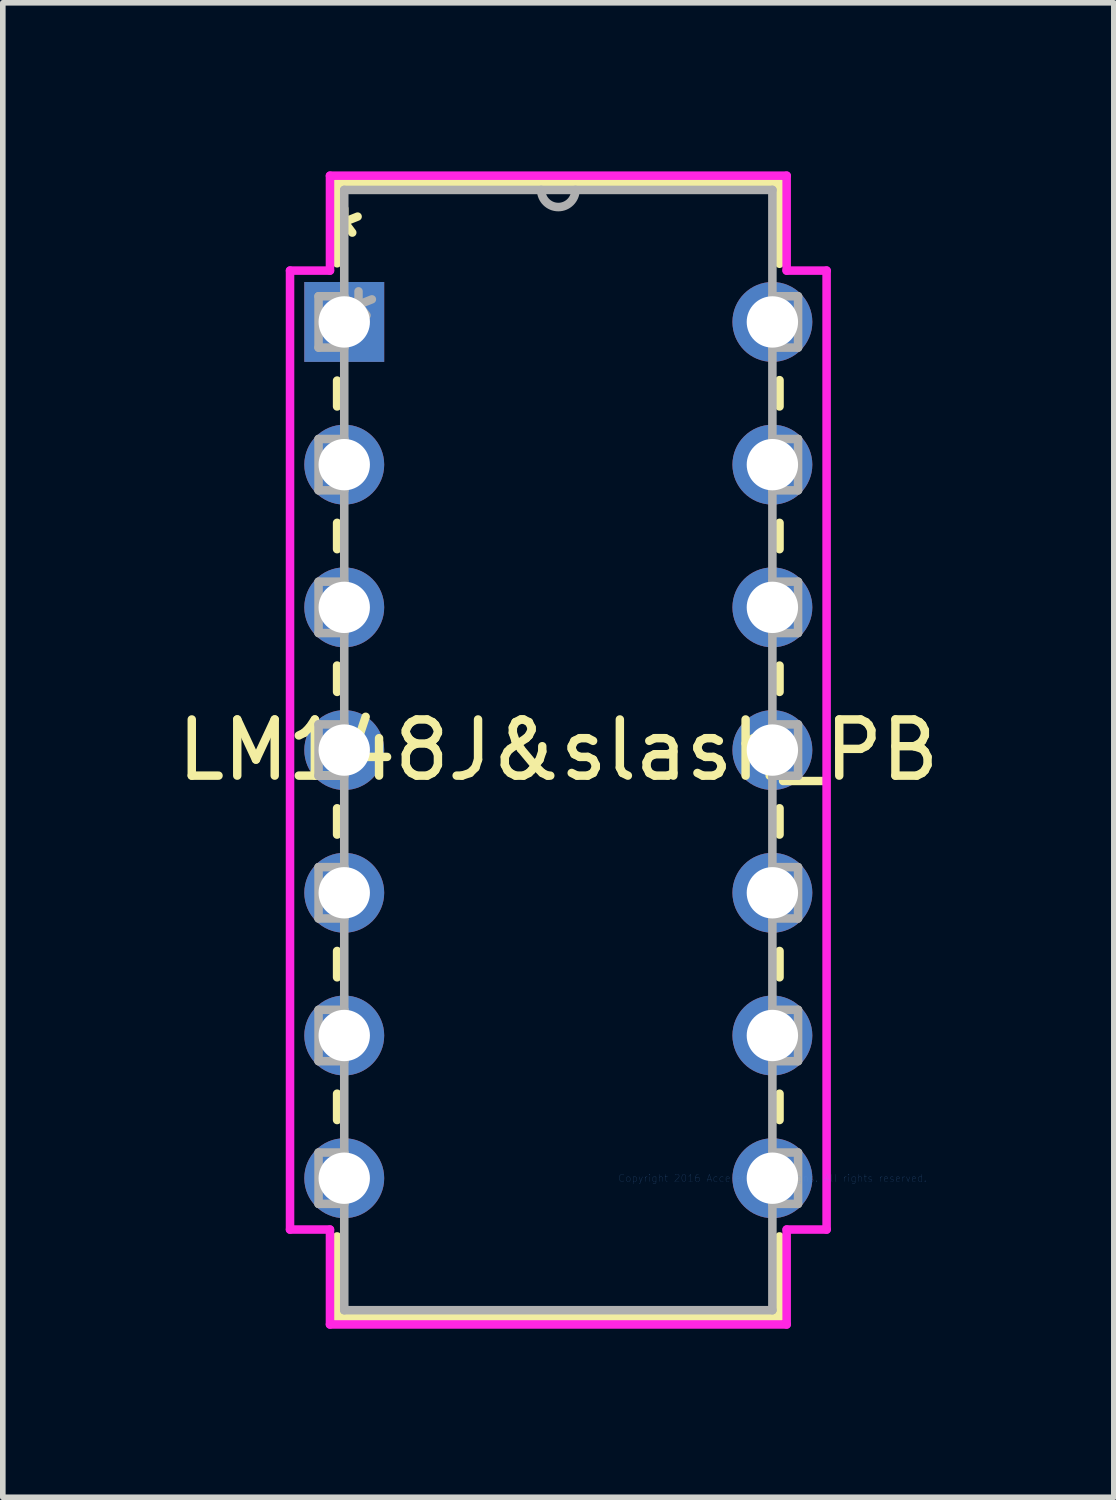
<source format=kicad_pcb>
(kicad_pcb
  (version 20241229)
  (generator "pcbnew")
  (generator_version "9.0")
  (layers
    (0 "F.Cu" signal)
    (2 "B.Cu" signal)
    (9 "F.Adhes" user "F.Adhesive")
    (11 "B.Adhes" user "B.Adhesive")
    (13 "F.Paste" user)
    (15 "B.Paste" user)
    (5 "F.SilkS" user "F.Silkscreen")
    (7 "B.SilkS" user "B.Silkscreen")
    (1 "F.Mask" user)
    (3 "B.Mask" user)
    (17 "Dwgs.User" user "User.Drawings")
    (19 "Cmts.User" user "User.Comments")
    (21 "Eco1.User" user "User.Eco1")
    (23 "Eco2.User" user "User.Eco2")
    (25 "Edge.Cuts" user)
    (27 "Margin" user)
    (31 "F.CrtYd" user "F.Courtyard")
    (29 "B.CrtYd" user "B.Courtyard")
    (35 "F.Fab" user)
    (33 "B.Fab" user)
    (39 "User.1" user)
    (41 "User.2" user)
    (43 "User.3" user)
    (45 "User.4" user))
  (footprint "LM148J&slash_PB"
    (layer "F.Cu")
    (at 10.697 17.92)
    (property "Reference" "LM148J&slash_PB" (at -3.81 -7.62 0) (layer "F.SilkS") (effects (font (size 1 1) (thickness 0.15))))
    (attr through_hole)
    (fp_line (start -7.747 -17.716) (end -7.747 -16.284) (stroke (width 0.152) (type solid)) (layer "F.SilkS"))
    (fp_line (start -7.747 -14.196) (end -7.747 -13.736) (stroke (width 0.152) (type solid)) (layer "F.SilkS"))
    (fp_line (start -7.747 -11.664) (end -7.747 -11.196) (stroke (width 0.152) (type solid)) (layer "F.SilkS"))
    (fp_line (start -7.747 -9.124) (end -7.747 -8.656) (stroke (width 0.152) (type solid)) (layer "F.SilkS"))
    (fp_line (start -7.747 -6.584) (end -7.747 -6.116) (stroke (width 0.152) (type solid)) (layer "F.SilkS"))
    (fp_line (start -7.747 -4.044) (end -7.747 -3.576) (stroke (width 0.152) (type solid)) (layer "F.SilkS"))
    (fp_line (start -7.747 -1.504) (end -7.747 -1.036) (stroke (width 0.152) (type solid)) (layer "F.SilkS"))
    (fp_line (start -7.747 1.036) (end -7.747 2.477) (stroke (width 0.152) (type solid)) (layer "F.SilkS"))
    (fp_line (start -7.747 2.477) (end 0.127 2.477) (stroke (width 0.152) (type solid)) (layer "F.SilkS"))
    (fp_line (start 0.127 -17.716) (end -7.747 -17.716) (stroke (width 0.152) (type solid)) (layer "F.SilkS"))
    (fp_line (start 0.127 -16.276) (end 0.127 -17.716) (stroke (width 0.152) (type solid)) (layer "F.SilkS"))
    (fp_line (start 0.127 -13.736) (end 0.127 -14.204) (stroke (width 0.152) (type solid)) (layer "F.SilkS"))
    (fp_line (start 0.127 -11.196) (end 0.127 -11.664) (stroke (width 0.152) (type solid)) (layer "F.SilkS"))
    (fp_line (start 0.127 -8.656) (end 0.127 -9.124) (stroke (width 0.152) (type solid)) (layer "F.SilkS"))
    (fp_line (start 0.127 -6.116) (end 0.127 -6.584) (stroke (width 0.152) (type solid)) (layer "F.SilkS"))
    (fp_line (start 0.127 -3.576) (end 0.127 -4.044) (stroke (width 0.152) (type solid)) (layer "F.SilkS"))
    (fp_line (start 0.127 -1.036) (end 0.127 -1.504) (stroke (width 0.152) (type solid)) (layer "F.SilkS"))
    (fp_line (start 0.127 2.477) (end 0.127 1.036) (stroke (width 0.152) (type solid)) (layer "F.SilkS"))
    (fp_line (start -8.585 -16.154) (end -8.585 0.914) (stroke (width 0.152) (type solid)) (layer "F.CrtYd"))
    (fp_line (start -8.585 0.914) (end -7.874 0.914) (stroke (width 0.152) (type solid)) (layer "F.CrtYd"))
    (fp_line (start -7.874 -17.843) (end -7.874 -16.154) (stroke (width 0.152) (type solid)) (layer "F.CrtYd"))
    (fp_line (start -7.874 -16.154) (end -8.585 -16.154) (stroke (width 0.152) (type solid)) (layer "F.CrtYd"))
    (fp_line (start -7.874 0.914) (end -7.874 2.603) (stroke (width 0.152) (type solid)) (layer "F.CrtYd"))
    (fp_line (start -7.874 2.603) (end 0.254 2.603) (stroke (width 0.152) (type solid)) (layer "F.CrtYd"))
    (fp_line (start 0.254 -17.843) (end -7.874 -17.843) (stroke (width 0.152) (type solid)) (layer "F.CrtYd"))
    (fp_line (start 0.254 -16.154) (end 0.254 -17.843) (stroke (width 0.152) (type solid)) (layer "F.CrtYd"))
    (fp_line (start 0.254 0.914) (end 0.965 0.914) (stroke (width 0.152) (type solid)) (layer "F.CrtYd"))
    (fp_line (start 0.254 2.603) (end 0.254 0.914) (stroke (width 0.152) (type solid)) (layer "F.CrtYd"))
    (fp_line (start 0.965 -16.154) (end 0.254 -16.154) (stroke (width 0.152) (type solid)) (layer "F.CrtYd"))
    (fp_line (start 0.965 0.914) (end 0.965 -16.154) (stroke (width 0.152) (type solid)) (layer "F.CrtYd"))
    (fp_line (start -8.077 -15.697) (end -8.077 -14.783) (stroke (width 0.152) (type solid)) (layer "F.Fab"))
    (fp_line (start -8.077 -14.783) (end -7.62 -14.783) (stroke (width 0.152) (type solid)) (layer "F.Fab"))
    (fp_line (start -8.077 -13.157) (end -8.077 -12.243) (stroke (width 0.152) (type solid)) (layer "F.Fab"))
    (fp_line (start -8.077 -12.243) (end -7.62 -12.243) (stroke (width 0.152) (type solid)) (layer "F.Fab"))
    (fp_line (start -8.077 -10.617) (end -8.077 -9.703) (stroke (width 0.152) (type solid)) (layer "F.Fab"))
    (fp_line (start -8.077 -9.703) (end -7.62 -9.703) (stroke (width 0.152) (type solid)) (layer "F.Fab"))
    (fp_line (start -8.077 -8.077) (end -8.077 -7.163) (stroke (width 0.152) (type solid)) (layer "F.Fab"))
    (fp_line (start -8.077 -7.163) (end -7.62 -7.163) (stroke (width 0.152) (type solid)) (layer "F.Fab"))
    (fp_line (start -8.077 -5.537) (end -8.077 -4.623) (stroke (width 0.152) (type solid)) (layer "F.Fab"))
    (fp_line (start -8.077 -4.623) (end -7.62 -4.623) (stroke (width 0.152) (type solid)) (layer "F.Fab"))
    (fp_line (start -8.077 -2.997) (end -8.077 -2.083) (stroke (width 0.152) (type solid)) (layer "F.Fab"))
    (fp_line (start -8.077 -2.083) (end -7.62 -2.083) (stroke (width 0.152) (type solid)) (layer "F.Fab"))
    (fp_line (start -8.077 -0.457) (end -8.077 0.457) (stroke (width 0.152) (type solid)) (layer "F.Fab"))
    (fp_line (start -8.077 0.457) (end -7.62 0.457) (stroke (width 0.152) (type solid)) (layer "F.Fab"))
    (fp_line (start -7.62 -17.59) (end -7.62 2.349) (stroke (width 0.152) (type solid)) (layer "F.Fab"))
    (fp_line (start -7.62 -15.697) (end -8.077 -15.697) (stroke (width 0.152) (type solid)) (layer "F.Fab"))
    (fp_line (start -7.62 -14.783) (end -7.62 -15.697) (stroke (width 0.152) (type solid)) (layer "F.Fab"))
    (fp_line (start -7.62 -13.157) (end -8.077 -13.157) (stroke (width 0.152) (type solid)) (layer "F.Fab"))
    (fp_line (start -7.62 -12.243) (end -7.62 -13.157) (stroke (width 0.152) (type solid)) (layer "F.Fab"))
    (fp_line (start -7.62 -10.617) (end -8.077 -10.617) (stroke (width 0.152) (type solid)) (layer "F.Fab"))
    (fp_line (start -7.62 -9.703) (end -7.62 -10.617) (stroke (width 0.152) (type solid)) (layer "F.Fab"))
    (fp_line (start -7.62 -8.077) (end -8.077 -8.077) (stroke (width 0.152) (type solid)) (layer "F.Fab"))
    (fp_line (start -7.62 -7.163) (end -7.62 -8.077) (stroke (width 0.152) (type solid)) (layer "F.Fab"))
    (fp_line (start -7.62 -5.537) (end -8.077 -5.537) (stroke (width 0.152) (type solid)) (layer "F.Fab"))
    (fp_line (start -7.62 -4.623) (end -7.62 -5.537) (stroke (width 0.152) (type solid)) (layer "F.Fab"))
    (fp_line (start -7.62 -2.997) (end -8.077 -2.997) (stroke (width 0.152) (type solid)) (layer "F.Fab"))
    (fp_line (start -7.62 -2.083) (end -7.62 -2.997) (stroke (width 0.152) (type solid)) (layer "F.Fab"))
    (fp_line (start -7.62 -0.457) (end -8.077 -0.457) (stroke (width 0.152) (type solid)) (layer "F.Fab"))
    (fp_line (start -7.62 0.457) (end -7.62 -0.457) (stroke (width 0.152) (type solid)) (layer "F.Fab"))
    (fp_line (start -7.62 2.349) (end 0 2.349) (stroke (width 0.152) (type solid)) (layer "F.Fab"))
    (fp_line (start 0 -17.59) (end -7.62 -17.59) (stroke (width 0.152) (type solid)) (layer "F.Fab"))
    (fp_line (start 0 -15.697) (end 0 -14.783) (stroke (width 0.152) (type solid)) (layer "F.Fab"))
    (fp_line (start 0 -14.783) (end 0.457 -14.783) (stroke (width 0.152) (type solid)) (layer "F.Fab"))
    (fp_line (start 0 -13.157) (end 0 -12.243) (stroke (width 0.152) (type solid)) (layer "F.Fab"))
    (fp_line (start 0 -12.243) (end 0.457 -12.243) (stroke (width 0.152) (type solid)) (layer "F.Fab"))
    (fp_line (start 0 -10.617) (end 0 -9.703) (stroke (width 0.152) (type solid)) (layer "F.Fab"))
    (fp_line (start 0 -9.703) (end 0.457 -9.703) (stroke (width 0.152) (type solid)) (layer "F.Fab"))
    (fp_line (start 0 -8.077) (end 0 -7.163) (stroke (width 0.152) (type solid)) (layer "F.Fab"))
    (fp_line (start 0 -7.163) (end 0.457 -7.163) (stroke (width 0.152) (type solid)) (layer "F.Fab"))
    (fp_line (start 0 -5.537) (end 0 -4.623) (stroke (width 0.152) (type solid)) (layer "F.Fab"))
    (fp_line (start 0 -4.623) (end 0.457 -4.623) (stroke (width 0.152) (type solid)) (layer "F.Fab"))
    (fp_line (start 0 -2.997) (end 0 -2.083) (stroke (width 0.152) (type solid)) (layer "F.Fab"))
    (fp_line (start 0 -2.083) (end 0.457 -2.083) (stroke (width 0.152) (type solid)) (layer "F.Fab"))
    (fp_line (start 0 -0.457) (end 0 0.457) (stroke (width 0.152) (type solid)) (layer "F.Fab"))
    (fp_line (start 0 0.457) (end 0.457 0.457) (stroke (width 0.152) (type solid)) (layer "F.Fab"))
    (fp_line (start 0 2.349) (end 0 -17.59) (stroke (width 0.152) (type solid)) (layer "F.Fab"))
    (fp_line (start 0.457 -15.697) (end 0 -15.697) (stroke (width 0.152) (type solid)) (layer "F.Fab"))
    (fp_line (start 0.457 -14.783) (end 0.457 -15.697) (stroke (width 0.152) (type solid)) (layer "F.Fab"))
    (fp_line (start 0.457 -13.157) (end 0 -13.157) (stroke (width 0.152) (type solid)) (layer "F.Fab"))
    (fp_line (start 0.457 -12.243) (end 0.457 -13.157) (stroke (width 0.152) (type solid)) (layer "F.Fab"))
    (fp_line (start 0.457 -10.617) (end 0 -10.617) (stroke (width 0.152) (type solid)) (layer "F.Fab"))
    (fp_line (start 0.457 -9.703) (end 0.457 -10.617) (stroke (width 0.152) (type solid)) (layer "F.Fab"))
    (fp_line (start 0.457 -8.077) (end 0 -8.077) (stroke (width 0.152) (type solid)) (layer "F.Fab"))
    (fp_line (start 0.457 -7.163) (end 0.457 -8.077) (stroke (width 0.152) (type solid)) (layer "F.Fab"))
    (fp_line (start 0.457 -5.537) (end 0 -5.537) (stroke (width 0.152) (type solid)) (layer "F.Fab"))
    (fp_line (start 0.457 -4.623) (end 0.457 -5.537) (stroke (width 0.152) (type solid)) (layer "F.Fab"))
    (fp_line (start 0.457 -2.997) (end 0 -2.997) (stroke (width 0.152) (type solid)) (layer "F.Fab"))
    (fp_line (start 0.457 -2.083) (end 0.457 -2.997) (stroke (width 0.152) (type solid)) (layer "F.Fab"))
    (fp_line (start 0.457 -0.457) (end 0 -0.457) (stroke (width 0.152) (type solid)) (layer "F.Fab"))
    (fp_line (start 0.457 0.457) (end 0.457 -0.457) (stroke (width 0.152) (type solid)) (layer "F.Fab"))
    (fp_arc (start -3.5052 -17.5895) (mid -3.81 -17.2847) (end -4.1148 -17.5895) (stroke (width 0.1524) (type solid)) (layer "F.Fab"))
    (fp_text user "*" (at -7.62 -16.713 0) (layer "F.SilkS") (effects (font (size 1 1) (thickness 0.15))))
    (fp_text user "Copyright 2016 Accelerated Designs. All rights reserved." (at 0 0 0) (layer "Cmts.User") (effects (font (size 0.127 0.127) (thickness 0.002))))
    (fp_text user "*" (at -7.366 -15.24 0) (layer "F.Fab") (effects (font (size 1 1) (thickness 0.15))))
    (pad "1" thru_hole rect (at -7.62 -15.24) (size 1.422 1.422) (drill 0.914) (layers "*.Cu" "*.Mask"))
    (pad "2" thru_hole circle (at -7.62 -12.7) (size 1.422 1.422) (drill 0.914) (layers "*.Cu" "*.Mask"))
    (pad "3" thru_hole circle (at -7.62 -10.16) (size 1.422 1.422) (drill 0.914) (layers "*.Cu" "*.Mask"))
    (pad "4" thru_hole circle (at -7.62 -7.62) (size 1.422 1.422) (drill 0.914) (layers "*.Cu" "*.Mask"))
    (pad "5" thru_hole circle (at -7.62 -5.08) (size 1.422 1.422) (drill 0.914) (layers "*.Cu" "*.Mask"))
    (pad "6" thru_hole circle (at -7.62 -2.54) (size 1.422 1.422) (drill 0.914) (layers "*.Cu" "*.Mask"))
    (pad "7" thru_hole circle (at -7.62 0) (size 1.422 1.422) (drill 0.914) (layers "*.Cu" "*.Mask"))
    (pad "8" thru_hole circle (at 0 0) (size 1.422 1.422) (drill 0.914) (layers "*.Cu" "*.Mask"))
    (pad "9" thru_hole circle (at 0 -2.54) (size 1.422 1.422) (drill 0.914) (layers "*.Cu" "*.Mask"))
    (pad "10" thru_hole circle (at 0 -5.08) (size 1.422 1.422) (drill 0.914) (layers "*.Cu" "*.Mask"))
    (pad "11" thru_hole circle (at 0 -7.62) (size 1.422 1.422) (drill 0.914) (layers "*.Cu" "*.Mask"))
    (pad "12" thru_hole circle (at 0 -10.16) (size 1.422 1.422) (drill 0.914) (layers "*.Cu" "*.Mask"))
    (pad "13" thru_hole circle (at 0 -12.7) (size 1.422 1.422) (drill 0.914) (layers "*.Cu" "*.Mask"))
    (pad "14" thru_hole circle (at 0 -15.24) (size 1.422 1.422) (drill 0.914) (layers "*.Cu" "*.Mask")))
  (gr_rect
    (start -3 -3)
    (end 16.774 23.599)
    (stroke (width 0.1) (type default))
    (fill no)
    (layer "Edge.Cuts")))
</source>
